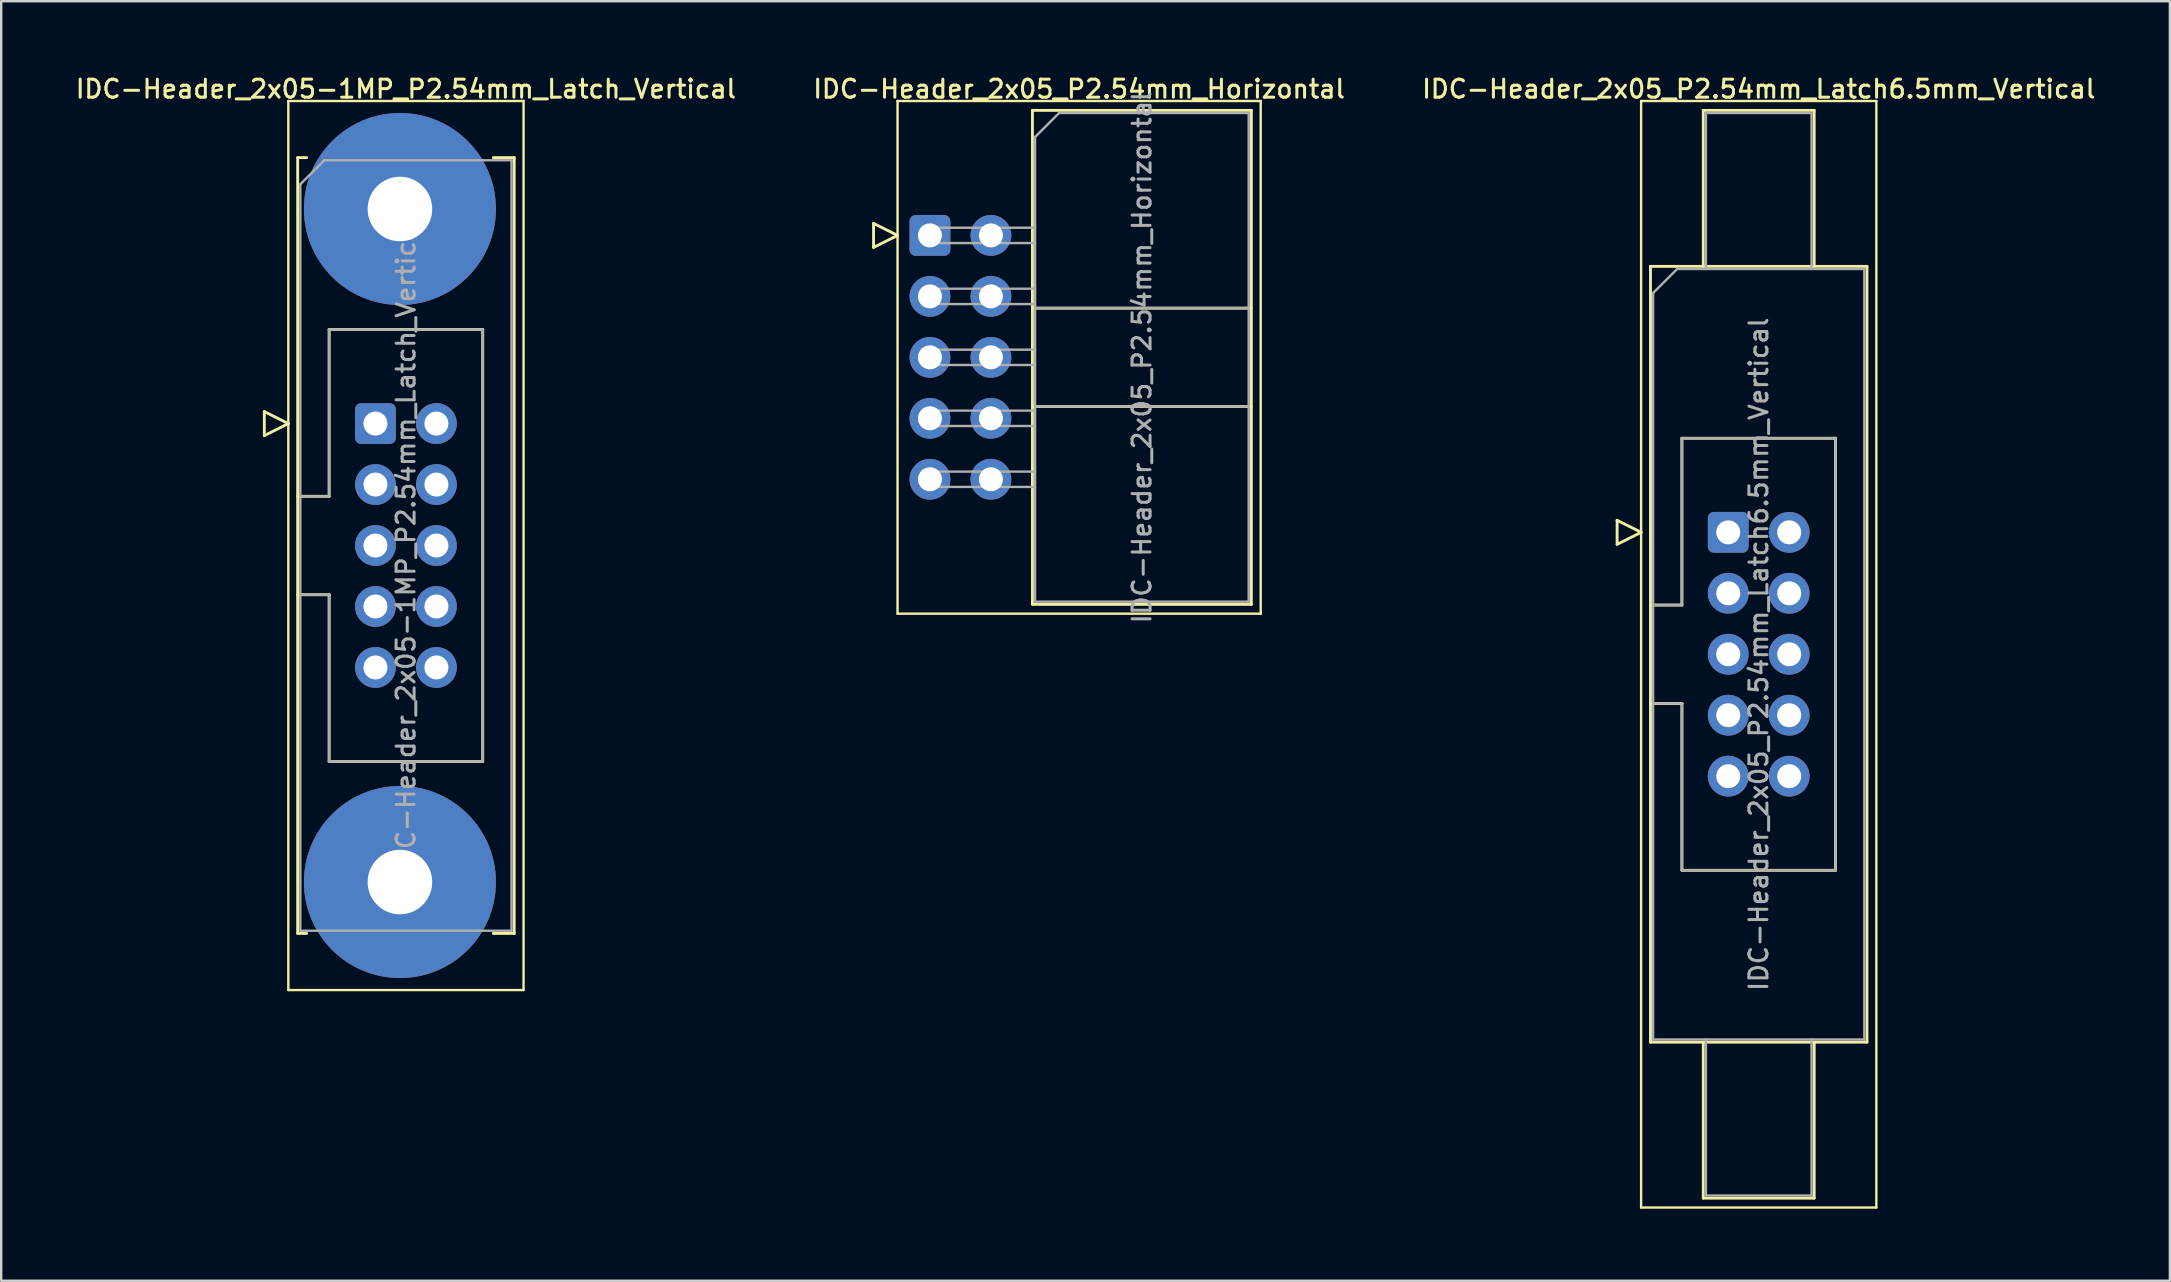
<source format=kicad_pcb>
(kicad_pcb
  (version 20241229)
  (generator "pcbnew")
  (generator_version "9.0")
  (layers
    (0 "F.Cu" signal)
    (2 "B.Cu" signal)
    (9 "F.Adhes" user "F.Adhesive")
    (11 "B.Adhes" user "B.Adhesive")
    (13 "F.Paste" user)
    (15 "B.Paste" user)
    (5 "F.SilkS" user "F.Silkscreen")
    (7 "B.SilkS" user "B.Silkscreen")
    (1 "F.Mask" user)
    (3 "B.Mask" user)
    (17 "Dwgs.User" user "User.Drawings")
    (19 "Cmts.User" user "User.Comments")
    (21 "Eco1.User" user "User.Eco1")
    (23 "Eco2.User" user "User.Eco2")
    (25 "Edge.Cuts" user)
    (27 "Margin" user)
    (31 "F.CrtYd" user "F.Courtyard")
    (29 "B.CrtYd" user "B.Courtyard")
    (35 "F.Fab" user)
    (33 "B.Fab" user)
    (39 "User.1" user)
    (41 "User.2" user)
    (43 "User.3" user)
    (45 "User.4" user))
  (footprint "IDC-Header_2x05-1MP_P2.54mm_Latch_Vertical"
    (layer "F.Cu")
    (at 12.592 14.598)
    (property "Reference" "IDC-Header_2x05-1MP_P2.54mm_Latch_Vertical" (at 1.27 -13.94 0) (layer "F.SilkS") (effects (font (size 0.75 0.75) (thickness 0.125))))
    (attr through_hole)
    (fp_line (start -4.63 -0.5) (end -4.63 0.5) (stroke (width 0.12) (type solid)) (layer "F.SilkS"))
    (fp_line (start -4.63 0.5) (end -3.63 0) (stroke (width 0.12) (type solid)) (layer "F.SilkS"))
    (fp_line (start -3.63 -13.44) (end -3.63 23.6) (stroke (width 0.1) (type solid)) (layer "F.SilkS"))
    (fp_line (start -3.63 0) (end -4.63 -0.5) (stroke (width 0.12) (type solid)) (layer "F.SilkS"))
    (fp_line (start -3.63 23.6) (end 6.17 23.6) (stroke (width 0.1) (type solid)) (layer "F.SilkS"))
    (fp_line (start -3.24 -11.08) (end -3.24 21.24) (stroke (width 0.12) (type solid)) (layer "F.SilkS"))
    (fp_line (start -3.24 3.03) (end -1.93 3.03) (stroke (width 0.12) (type solid)) (layer "F.SilkS"))
    (fp_line (start -3.24 21.24) (end -2.87 21.24) (stroke (width 0.12) (type solid)) (layer "F.SilkS"))
    (fp_line (start -2.87 -11.08) (end -3.24 -11.08) (stroke (width 0.12) (type solid)) (layer "F.SilkS"))
    (fp_line (start -1.93 -3.92) (end 4.47 -3.92) (stroke (width 0.12) (type solid)) (layer "F.SilkS"))
    (fp_line (start -1.93 3.03) (end -1.93 -3.92) (stroke (width 0.12) (type solid)) (layer "F.SilkS"))
    (fp_line (start -1.93 7.13) (end -3.24 7.13) (stroke (width 0.12) (type solid)) (layer "F.SilkS"))
    (fp_line (start -1.93 7.13) (end -1.93 7.13) (stroke (width 0.12) (type solid)) (layer "F.SilkS"))
    (fp_line (start -1.93 14.08) (end -1.93 7.13) (stroke (width 0.12) (type solid)) (layer "F.SilkS"))
    (fp_line (start 4.47 -3.92) (end 4.47 14.08) (stroke (width 0.12) (type solid)) (layer "F.SilkS"))
    (fp_line (start 4.47 14.08) (end -1.93 14.08) (stroke (width 0.12) (type solid)) (layer "F.SilkS"))
    (fp_line (start 4.91 -11.08) (end 5.78 -11.08) (stroke (width 0.12) (type solid)) (layer "F.SilkS"))
    (fp_line (start 5.78 -11.08) (end 5.78 21.24) (stroke (width 0.12) (type solid)) (layer "F.SilkS"))
    (fp_line (start 5.78 21.24) (end 4.91 21.24) (stroke (width 0.12) (type solid)) (layer "F.SilkS"))
    (fp_line (start 6.17 -13.44) (end -3.63 -13.44) (stroke (width 0.1) (type solid)) (layer "F.SilkS"))
    (fp_line (start 6.17 23.6) (end 6.17 -13.44) (stroke (width 0.1) (type solid)) (layer "F.SilkS"))
    (fp_line (start -3.13 -9.97) (end -2.13 -10.97) (stroke (width 0.1) (type solid)) (layer "F.Fab"))
    (fp_line (start -3.13 3.03) (end -1.93 3.03) (stroke (width 0.1) (type solid)) (layer "F.Fab"))
    (fp_line (start -3.13 21.13) (end -3.13 -9.97) (stroke (width 0.1) (type solid)) (layer "F.Fab"))
    (fp_line (start -2.13 -10.97) (end 5.67 -10.97) (stroke (width 0.1) (type solid)) (layer "F.Fab"))
    (fp_line (start -1.93 -3.92) (end 4.47 -3.92) (stroke (width 0.1) (type solid)) (layer "F.Fab"))
    (fp_line (start -1.93 3.03) (end -1.93 -3.92) (stroke (width 0.1) (type solid)) (layer "F.Fab"))
    (fp_line (start -1.93 7.13) (end -3.13 7.13) (stroke (width 0.1) (type solid)) (layer "F.Fab"))
    (fp_line (start -1.93 7.13) (end -1.93 7.13) (stroke (width 0.1) (type solid)) (layer "F.Fab"))
    (fp_line (start -1.93 14.08) (end -1.93 7.13) (stroke (width 0.1) (type solid)) (layer "F.Fab"))
    (fp_line (start 4.47 -3.92) (end 4.47 14.08) (stroke (width 0.1) (type solid)) (layer "F.Fab"))
    (fp_line (start 4.47 14.08) (end -1.93 14.08) (stroke (width 0.1) (type solid)) (layer "F.Fab"))
    (fp_line (start 5.67 -10.97) (end 5.67 21.13) (stroke (width 0.1) (type solid)) (layer "F.Fab"))
    (fp_line (start 5.67 21.13) (end -3.13 21.13) (stroke (width 0.1) (type solid)) (layer "F.Fab"))
    (fp_text user "${REFERENCE}" (at 1.27 5.08 90) (layer "F.Fab") (effects (font (size 0.75 0.75) (thickness 0.125))))
    (pad "1" thru_hole roundrect (at 0 0) (size 1.7 1.7) (drill 1) (layers "*.Cu" "*.Mask") (roundrect_rratio 0.147))
    (pad "2" thru_hole circle (at 2.54 0) (size 1.7 1.7) (drill 1) (layers "*.Cu" "*.Mask"))
    (pad "3" thru_hole circle (at 0 2.54) (size 1.7 1.7) (drill 1) (layers "*.Cu" "*.Mask"))
    (pad "4" thru_hole circle (at 2.54 2.54) (size 1.7 1.7) (drill 1) (layers "*.Cu" "*.Mask"))
    (pad "5" thru_hole circle (at 0 5.08) (size 1.7 1.7) (drill 1) (layers "*.Cu" "*.Mask"))
    (pad "6" thru_hole circle (at 2.54 5.08) (size 1.7 1.7) (drill 1) (layers "*.Cu" "*.Mask"))
    (pad "7" thru_hole circle (at 0 7.62) (size 1.7 1.7) (drill 1) (layers "*.Cu" "*.Mask"))
    (pad "8" thru_hole circle (at 2.54 7.62) (size 1.7 1.7) (drill 1) (layers "*.Cu" "*.Mask"))
    (pad "9" thru_hole circle (at 0 10.16) (size 1.7 1.7) (drill 1) (layers "*.Cu" "*.Mask"))
    (pad "10" thru_hole circle (at 2.54 10.16) (size 1.7 1.7) (drill 1) (layers "*.Cu" "*.Mask"))
    (pad "MP" thru_hole circle (at 1.02 -8.94) (size 8 8) (drill 2.69) (layers "*.Cu" "*.Mask"))
    (pad "MP" thru_hole circle (at 1.02 19.1) (size 8 8) (drill 2.69) (layers "*.Cu" "*.Mask")))
  (footprint "IDC-Header_2x05_P2.54mm_Latch6.5mm_Vertical"
    (layer "F.Cu")
    (at 68.953 19.128)
    (property "Reference" "IDC-Header_2x05_P2.54mm_Latch6.5mm_Vertical" (at 1.27 -18.47 0) (layer "F.SilkS") (effects (font (size 0.75 0.75) (thickness 0.125))))
    (attr through_hole)
    (fp_line (start -4.63 -0.5) (end -4.63 0.5) (stroke (width 0.12) (type solid)) (layer "F.SilkS"))
    (fp_line (start -4.63 0.5) (end -3.63 0) (stroke (width 0.12) (type solid)) (layer "F.SilkS"))
    (fp_line (start -3.63 -17.97) (end -3.63 28.13) (stroke (width 0.1) (type solid)) (layer "F.SilkS"))
    (fp_line (start -3.63 0) (end -4.63 -0.5) (stroke (width 0.12) (type solid)) (layer "F.SilkS"))
    (fp_line (start -3.63 28.13) (end 6.17 28.13) (stroke (width 0.1) (type solid)) (layer "F.SilkS"))
    (fp_line (start -3.24 -11.08) (end 5.78 -11.08) (stroke (width 0.12) (type solid)) (layer "F.SilkS"))
    (fp_line (start -3.24 3.03) (end -1.93 3.03) (stroke (width 0.12) (type solid)) (layer "F.SilkS"))
    (fp_line (start -3.24 21.24) (end -3.24 -11.08) (stroke (width 0.12) (type solid)) (layer "F.SilkS"))
    (fp_line (start -1.93 -3.92) (end 4.47 -3.92) (stroke (width 0.12) (type solid)) (layer "F.SilkS"))
    (fp_line (start -1.93 3.03) (end -1.93 -3.92) (stroke (width 0.12) (type solid)) (layer "F.SilkS"))
    (fp_line (start -1.93 7.13) (end -3.24 7.13) (stroke (width 0.12) (type solid)) (layer "F.SilkS"))
    (fp_line (start -1.93 7.13) (end -1.93 7.13) (stroke (width 0.12) (type solid)) (layer "F.SilkS"))
    (fp_line (start -1.93 14.08) (end -1.93 7.13) (stroke (width 0.12) (type solid)) (layer "F.SilkS"))
    (fp_line (start -1.04 -17.58) (end 3.58 -17.58) (stroke (width 0.12) (type solid)) (layer "F.SilkS"))
    (fp_line (start -1.04 -11.08) (end -1.04 -17.58) (stroke (width 0.12) (type solid)) (layer "F.SilkS"))
    (fp_line (start -1.04 21.24) (end -1.04 27.74) (stroke (width 0.12) (type solid)) (layer "F.SilkS"))
    (fp_line (start -1.04 27.74) (end 3.58 27.74) (stroke (width 0.12) (type solid)) (layer "F.SilkS"))
    (fp_line (start 3.58 -17.58) (end 3.58 -11.08) (stroke (width 0.12) (type solid)) (layer "F.SilkS"))
    (fp_line (start 3.58 27.74) (end 3.58 21.24) (stroke (width 0.12) (type solid)) (layer "F.SilkS"))
    (fp_line (start 4.47 -3.92) (end 4.47 14.08) (stroke (width 0.12) (type solid)) (layer "F.SilkS"))
    (fp_line (start 4.47 14.08) (end -1.93 14.08) (stroke (width 0.12) (type solid)) (layer "F.SilkS"))
    (fp_line (start 5.78 -11.08) (end 5.78 21.24) (stroke (width 0.12) (type solid)) (layer "F.SilkS"))
    (fp_line (start 5.78 21.24) (end -3.24 21.24) (stroke (width 0.12) (type solid)) (layer "F.SilkS"))
    (fp_line (start 6.17 -17.97) (end -3.63 -17.97) (stroke (width 0.1) (type solid)) (layer "F.SilkS"))
    (fp_line (start 6.17 28.13) (end 6.17 -17.97) (stroke (width 0.1) (type solid)) (layer "F.SilkS"))
    (fp_line (start -3.13 -9.97) (end -2.13 -10.97) (stroke (width 0.1) (type solid)) (layer "F.Fab"))
    (fp_line (start -3.13 3.03) (end -1.93 3.03) (stroke (width 0.1) (type solid)) (layer "F.Fab"))
    (fp_line (start -3.13 21.13) (end -3.13 -9.97) (stroke (width 0.1) (type solid)) (layer "F.Fab"))
    (fp_line (start -2.13 -10.97) (end 5.67 -10.97) (stroke (width 0.1) (type solid)) (layer "F.Fab"))
    (fp_line (start -1.93 -3.92) (end 4.47 -3.92) (stroke (width 0.1) (type solid)) (layer "F.Fab"))
    (fp_line (start -1.93 3.03) (end -1.93 -3.92) (stroke (width 0.1) (type solid)) (layer "F.Fab"))
    (fp_line (start -1.93 7.13) (end -3.13 7.13) (stroke (width 0.1) (type solid)) (layer "F.Fab"))
    (fp_line (start -1.93 7.13) (end -1.93 7.13) (stroke (width 0.1) (type solid)) (layer "F.Fab"))
    (fp_line (start -1.93 14.08) (end -1.93 7.13) (stroke (width 0.1) (type solid)) (layer "F.Fab"))
    (fp_line (start -0.93 -17.47) (end 3.47 -17.47) (stroke (width 0.1) (type solid)) (layer "F.Fab"))
    (fp_line (start -0.93 -10.97) (end -0.93 -17.47) (stroke (width 0.1) (type solid)) (layer "F.Fab"))
    (fp_line (start -0.93 21.13) (end -0.93 27.63) (stroke (width 0.1) (type solid)) (layer "F.Fab"))
    (fp_line (start -0.93 27.63) (end 3.47 27.63) (stroke (width 0.1) (type solid)) (layer "F.Fab"))
    (fp_line (start 3.47 -17.47) (end 3.47 -10.97) (stroke (width 0.1) (type solid)) (layer "F.Fab"))
    (fp_line (start 3.47 27.63) (end 3.47 21.13) (stroke (width 0.1) (type solid)) (layer "F.Fab"))
    (fp_line (start 4.47 -3.92) (end 4.47 14.08) (stroke (width 0.1) (type solid)) (layer "F.Fab"))
    (fp_line (start 4.47 14.08) (end -1.93 14.08) (stroke (width 0.1) (type solid)) (layer "F.Fab"))
    (fp_line (start 5.67 -10.97) (end 5.67 21.13) (stroke (width 0.1) (type solid)) (layer "F.Fab"))
    (fp_line (start 5.67 21.13) (end -3.13 21.13) (stroke (width 0.1) (type solid)) (layer "F.Fab"))
    (fp_text user "${REFERENCE}" (at 1.27 5.08 90) (layer "F.Fab") (effects (font (size 0.75 0.75) (thickness 0.125))))
    (pad "1" thru_hole roundrect (at 0 0) (size 1.7 1.7) (drill 1) (layers "*.Cu" "*.Mask") (roundrect_rratio 0.147))
    (pad "2" thru_hole circle (at 2.54 0) (size 1.7 1.7) (drill 1) (layers "*.Cu" "*.Mask"))
    (pad "3" thru_hole circle (at 0 2.54) (size 1.7 1.7) (drill 1) (layers "*.Cu" "*.Mask"))
    (pad "4" thru_hole circle (at 2.54 2.54) (size 1.7 1.7) (drill 1) (layers "*.Cu" "*.Mask"))
    (pad "5" thru_hole circle (at 0 5.08) (size 1.7 1.7) (drill 1) (layers "*.Cu" "*.Mask"))
    (pad "6" thru_hole circle (at 2.54 5.08) (size 1.7 1.7) (drill 1) (layers "*.Cu" "*.Mask"))
    (pad "7" thru_hole circle (at 0 7.62) (size 1.7 1.7) (drill 1) (layers "*.Cu" "*.Mask"))
    (pad "8" thru_hole circle (at 2.54 7.62) (size 1.7 1.7) (drill 1) (layers "*.Cu" "*.Mask"))
    (pad "9" thru_hole circle (at 0 10.16) (size 1.7 1.7) (drill 1) (layers "*.Cu" "*.Mask"))
    (pad "10" thru_hole circle (at 2.54 10.16) (size 1.7 1.7) (drill 1) (layers "*.Cu" "*.Mask")))
  (footprint "IDC-Header_2x05_P2.54mm_Horizontal"
    (layer "F.Cu")
    (at 35.694 6.758)
    (property "Reference" "IDC-Header_2x05_P2.54mm_Horizontal" (at 6.215 -6.1 0) (layer "F.SilkS") (effects (font (size 0.75 0.75) (thickness 0.125))))
    (attr through_hole)
    (fp_line (start -2.35 -0.5) (end -2.35 0.5) (stroke (width 0.12) (type solid)) (layer "F.SilkS"))
    (fp_line (start -2.35 0.5) (end -1.35 0) (stroke (width 0.12) (type solid)) (layer "F.SilkS"))
    (fp_line (start -1.35 -5.6) (end -1.35 15.76) (stroke (width 0.1) (type solid)) (layer "F.SilkS"))
    (fp_line (start -1.35 0) (end -2.35 -0.5) (stroke (width 0.12) (type solid)) (layer "F.SilkS"))
    (fp_line (start -1.35 15.76) (end 13.78 15.76) (stroke (width 0.1) (type solid)) (layer "F.SilkS"))
    (fp_line (start 4.27 -5.21) (end 13.39 -5.21) (stroke (width 0.12) (type solid)) (layer "F.SilkS"))
    (fp_line (start 4.27 3.03) (end 13.39 3.03) (stroke (width 0.12) (type solid)) (layer "F.SilkS"))
    (fp_line (start 4.27 7.13) (end 13.39 7.13) (stroke (width 0.12) (type solid)) (layer "F.SilkS"))
    (fp_line (start 4.27 15.37) (end 4.27 -5.21) (stroke (width 0.12) (type solid)) (layer "F.SilkS"))
    (fp_line (start 13.39 -5.21) (end 13.39 15.37) (stroke (width 0.12) (type solid)) (layer "F.SilkS"))
    (fp_line (start 13.39 15.37) (end 4.27 15.37) (stroke (width 0.12) (type solid)) (layer "F.SilkS"))
    (fp_line (start 13.78 -5.6) (end -1.35 -5.6) (stroke (width 0.1) (type solid)) (layer "F.SilkS"))
    (fp_line (start 13.78 15.76) (end 13.78 -5.6) (stroke (width 0.1) (type solid)) (layer "F.SilkS"))
    (fp_line (start -0.32 -0.32) (end -0.32 0.32) (stroke (width 0.1) (type solid)) (layer "F.Fab"))
    (fp_line (start -0.32 0.32) (end 4.38 0.32) (stroke (width 0.1) (type solid)) (layer "F.Fab"))
    (fp_line (start -0.32 2.22) (end -0.32 2.86) (stroke (width 0.1) (type solid)) (layer "F.Fab"))
    (fp_line (start -0.32 2.86) (end 4.38 2.86) (stroke (width 0.1) (type solid)) (layer "F.Fab"))
    (fp_line (start -0.32 4.76) (end -0.32 5.4) (stroke (width 0.1) (type solid)) (layer "F.Fab"))
    (fp_line (start -0.32 5.4) (end 4.38 5.4) (stroke (width 0.1) (type solid)) (layer "F.Fab"))
    (fp_line (start -0.32 7.3) (end -0.32 7.94) (stroke (width 0.1) (type solid)) (layer "F.Fab"))
    (fp_line (start -0.32 7.94) (end 4.38 7.94) (stroke (width 0.1) (type solid)) (layer "F.Fab"))
    (fp_line (start -0.32 9.84) (end -0.32 10.48) (stroke (width 0.1) (type solid)) (layer "F.Fab"))
    (fp_line (start -0.32 10.48) (end 4.38 10.48) (stroke (width 0.1) (type solid)) (layer "F.Fab"))
    (fp_line (start 4.38 -4.1) (end 5.38 -5.1) (stroke (width 0.1) (type solid)) (layer "F.Fab"))
    (fp_line (start 4.38 -0.32) (end -0.32 -0.32) (stroke (width 0.1) (type solid)) (layer "F.Fab"))
    (fp_line (start 4.38 2.22) (end -0.32 2.22) (stroke (width 0.1) (type solid)) (layer "F.Fab"))
    (fp_line (start 4.38 3.03) (end 13.28 3.03) (stroke (width 0.1) (type solid)) (layer "F.Fab"))
    (fp_line (start 4.38 4.76) (end -0.32 4.76) (stroke (width 0.1) (type solid)) (layer "F.Fab"))
    (fp_line (start 4.38 7.13) (end 13.28 7.13) (stroke (width 0.1) (type solid)) (layer "F.Fab"))
    (fp_line (start 4.38 7.3) (end -0.32 7.3) (stroke (width 0.1) (type solid)) (layer "F.Fab"))
    (fp_line (start 4.38 9.84) (end -0.32 9.84) (stroke (width 0.1) (type solid)) (layer "F.Fab"))
    (fp_line (start 4.38 15.26) (end 4.38 -4.1) (stroke (width 0.1) (type solid)) (layer "F.Fab"))
    (fp_line (start 5.38 -5.1) (end 13.28 -5.1) (stroke (width 0.1) (type solid)) (layer "F.Fab"))
    (fp_line (start 13.28 -5.1) (end 13.28 15.26) (stroke (width 0.1) (type solid)) (layer "F.Fab"))
    (fp_line (start 13.28 15.26) (end 4.38 15.26) (stroke (width 0.1) (type solid)) (layer "F.Fab"))
    (fp_text user "${REFERENCE}" (at 8.83 5.08 90) (layer "F.Fab") (effects (font (size 0.75 0.75) (thickness 0.125))))
    (pad "1" thru_hole roundrect (at 0 0) (size 1.7 1.7) (drill 1) (layers "*.Cu" "*.Mask") (roundrect_rratio 0.147))
    (pad "2" thru_hole circle (at 2.54 0) (size 1.7 1.7) (drill 1) (layers "*.Cu" "*.Mask"))
    (pad "3" thru_hole circle (at 0 2.54) (size 1.7 1.7) (drill 1) (layers "*.Cu" "*.Mask"))
    (pad "4" thru_hole circle (at 2.54 2.54) (size 1.7 1.7) (drill 1) (layers "*.Cu" "*.Mask"))
    (pad "5" thru_hole circle (at 0 5.08) (size 1.7 1.7) (drill 1) (layers "*.Cu" "*.Mask"))
    (pad "6" thru_hole circle (at 2.54 5.08) (size 1.7 1.7) (drill 1) (layers "*.Cu" "*.Mask"))
    (pad "7" thru_hole circle (at 0 7.62) (size 1.7 1.7) (drill 1) (layers "*.Cu" "*.Mask"))
    (pad "8" thru_hole circle (at 2.54 7.62) (size 1.7 1.7) (drill 1) (layers "*.Cu" "*.Mask"))
    (pad "9" thru_hole circle (at 0 10.16) (size 1.7 1.7) (drill 1) (layers "*.Cu" "*.Mask"))
    (pad "10" thru_hole circle (at 2.54 10.16) (size 1.7 1.7) (drill 1) (layers "*.Cu" "*.Mask")))
  (gr_rect
    (start -3 -3)
    (end 87.354 50.308)
    (stroke (width 0.1) (type default))
    (fill no)
    (layer "Edge.Cuts")))
</source>
